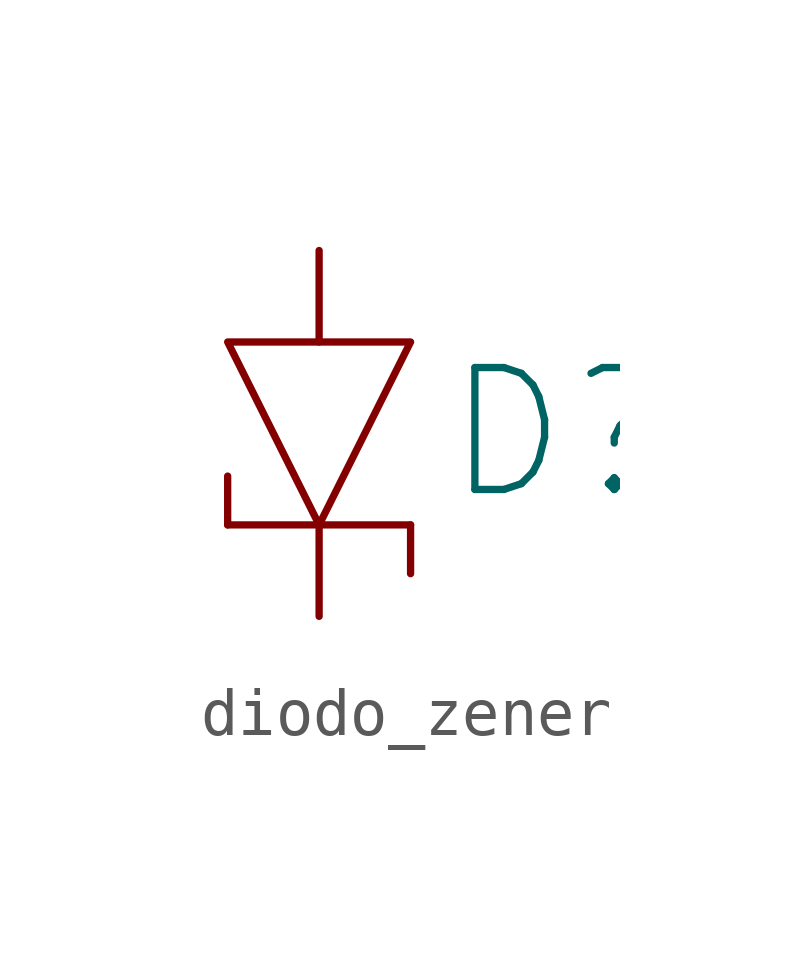
<source format=kicad_sym>
(kicad_symbol_lib
  (version 20220914)
  (generator kicad_symbol_editor)
  (symbol "diodo_zener"
    (pin_names
      (offset 1.016))
    (property "Reference" "D"
      (at 2.54 -3.81 0)
      (effects (font (size 2.54 2.54)) (justify left)))
    (symbol "diodo_zener_0_1"
      (polyline (pts (xy -1.905 -5.715) (xy -1.905 -4.699)) (stroke (width 0) (type default)) (fill (type none)))
      (polyline (pts (xy 1.905 -5.715) (xy -1.905 -5.715)) (stroke (width 0) (type default)) (fill (type none)))
      (polyline (pts (xy 1.905 -5.715) (xy 1.905 -6.731)) (stroke (width 0) (type default)) (fill (type none)))
      (polyline (pts (xy 1.905 -1.905) (xy -1.905 -1.905) (xy 0 -5.715) (xy 1.905 -1.905)) (stroke (width 0) (type default)) (fill (type none))))
    (symbol "diodo_zener_1_1"
      (pin input line (at 0 -7.62 90) (length 1.905) (name "" (effects (font (size 1.27 1.27)))) (number "" (effects (font (size 1.143 1.143)))))
      (pin input line (at 0 0 270) (length 1.905) (name "" (effects (font (size 1.27 1.27)))) (number "" (effects (font (size 1.143 1.143))))))))
</source>
